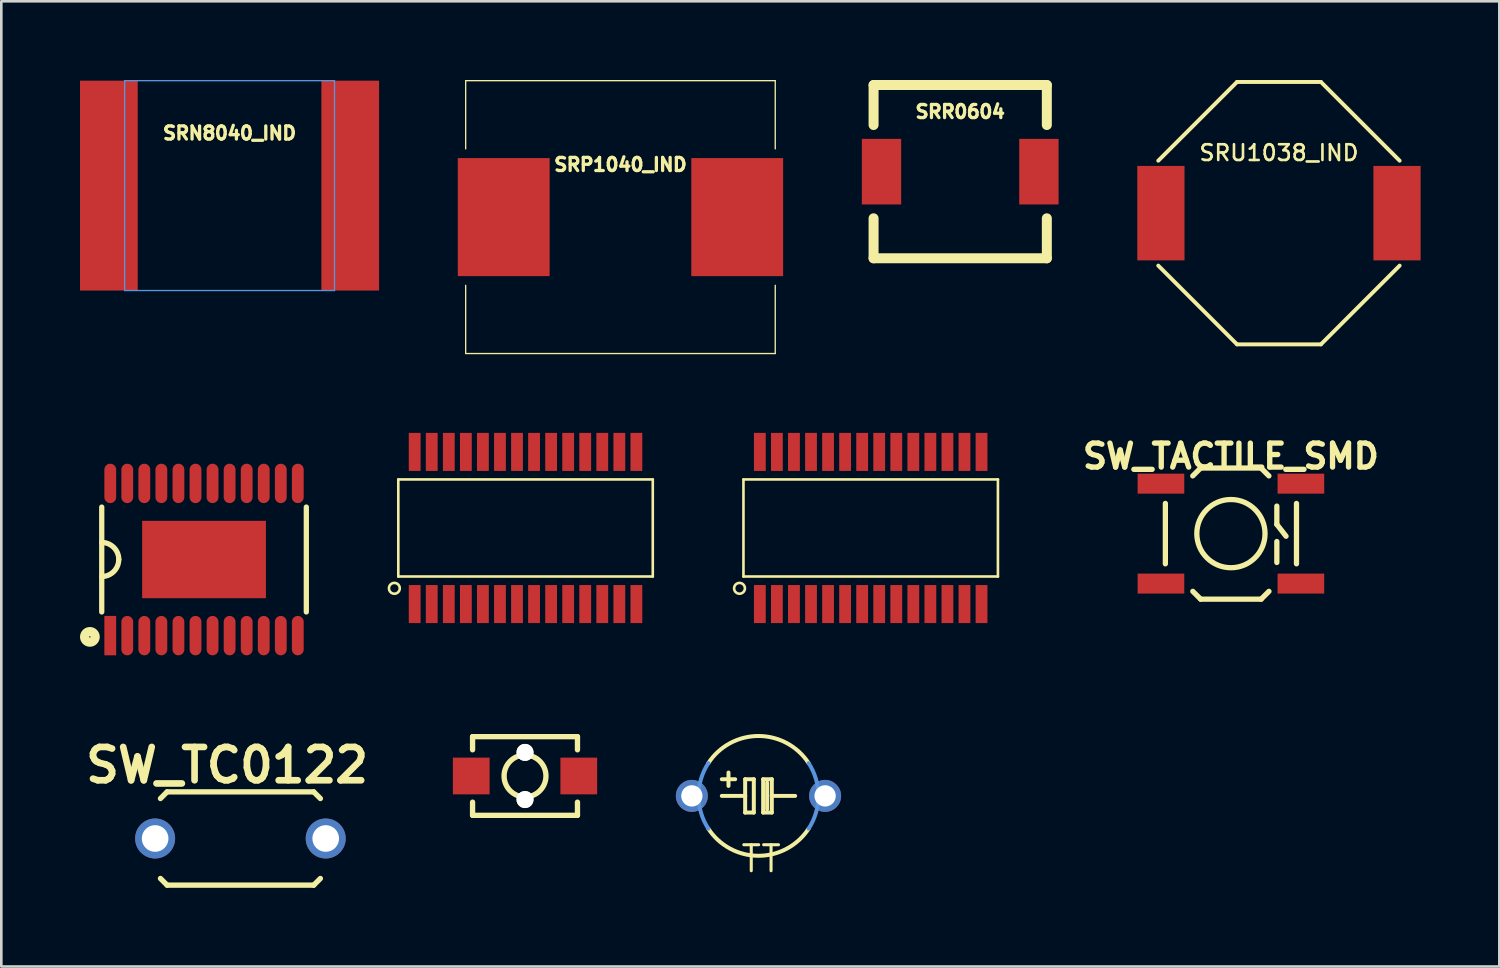
<source format=kicad_pcb>
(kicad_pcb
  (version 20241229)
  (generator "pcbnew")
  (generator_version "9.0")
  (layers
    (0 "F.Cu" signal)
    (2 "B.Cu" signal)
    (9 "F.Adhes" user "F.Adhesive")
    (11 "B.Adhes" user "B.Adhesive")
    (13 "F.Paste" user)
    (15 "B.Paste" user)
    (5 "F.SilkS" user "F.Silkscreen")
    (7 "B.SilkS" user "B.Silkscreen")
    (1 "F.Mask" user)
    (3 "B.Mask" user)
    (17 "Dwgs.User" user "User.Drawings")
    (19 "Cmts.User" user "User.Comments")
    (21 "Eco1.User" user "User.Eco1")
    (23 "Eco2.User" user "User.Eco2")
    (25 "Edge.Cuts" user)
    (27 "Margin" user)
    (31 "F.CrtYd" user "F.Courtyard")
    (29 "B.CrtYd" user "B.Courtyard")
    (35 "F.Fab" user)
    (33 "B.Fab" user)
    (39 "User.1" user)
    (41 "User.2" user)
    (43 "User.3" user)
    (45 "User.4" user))
  (footprint "SRU1038_IND"
    (layer "F.Cu")
    (at 45.7 5.075)
    (property "Reference" "SRU1038_IND" (at 0 -2.3 0) (layer "F.SilkS") (effects (font (size 0.6 0.6) (thickness 0.1))))
    (attr through_hole)
    (fp_line (start -1.6 -5) (end -4.6 -2) (stroke (width 0.15) (type solid)) (layer "F.SilkS"))
    (fp_line (start -1.6 5) (end -4.6 2) (stroke (width 0.15) (type solid)) (layer "F.SilkS"))
    (fp_line (start -1.6 5) (end 1.6 5) (stroke (width 0.15) (type solid)) (layer "F.SilkS"))
    (fp_line (start 1.6 -5) (end -1.6 -5) (stroke (width 0.15) (type solid)) (layer "F.SilkS"))
    (fp_line (start 1.6 -5) (end 4.6 -2) (stroke (width 0.15) (type solid)) (layer "F.SilkS"))
    (fp_line (start 1.6 5) (end 4.6 2) (stroke (width 0.15) (type solid)) (layer "F.SilkS"))
    (pad "1" smd rect (at -4.5 0) (size 1.8 3.6) (layers "F.Cu" "F.Mask" "F.Paste"))
    (pad "2" smd rect (at 4.5 0) (size 1.8 3.6) (layers "F.Cu" "F.Mask" "F.Paste")))
  (footprint "SW_TC0122"
    (layer "F.Cu")
    (at 6.114 28.911)
    (property "Reference" "SW_TC0122" (at -0.508 -2.794 0) (layer "F.SilkS") (effects (font (size 1.27 1.27) (thickness 0.254))))
    (attr through_hole)
    (fp_line (start -3.048 -1.524) (end -2.794 -1.778) (stroke (width 0.203) (type solid)) (layer "F.SilkS"))
    (fp_line (start -2.794 -1.778) (end 2.794 -1.778) (stroke (width 0.203) (type solid)) (layer "F.SilkS"))
    (fp_line (start -2.794 1.778) (end -3.048 1.524) (stroke (width 0.203) (type solid)) (layer "F.SilkS"))
    (fp_line (start 2.794 -1.778) (end 3.048 -1.524) (stroke (width 0.203) (type solid)) (layer "F.SilkS"))
    (fp_line (start 2.794 1.778) (end -2.794 1.778) (stroke (width 0.203) (type solid)) (layer "F.SilkS"))
    (fp_line (start 3.048 1.524) (end 2.794 1.778) (stroke (width 0.203) (type solid)) (layer "F.SilkS"))
    (pad "1" thru_hole circle (at -3.251 0) (size 1.524 1.524) (drill 1.016) (layers "*.Cu" "*.Mask"))
    (pad "2" thru_hole circle (at 3.251 0) (size 1.524 1.524) (drill 1.016) (layers "*.Cu" "*.Mask")))
  (footprint "SSOP28_4mm"
    (layer "F.Cu")
    (at 30.138 17.075)
    (property "Reference" "SSOP28_4mm" (at 0 -0.6 0) (layer "Eco1.User") (effects (font (size 0.8 0.8) (thickness 0.125))))
    (attr through_hole)
    (fp_line (start -4.85 -1.85) (end 4.85 -1.85) (stroke (width 0.1) (type solid)) (layer "F.SilkS"))
    (fp_line (start -4.85 1.85) (end -4.85 -1.85) (stroke (width 0.1) (type solid)) (layer "F.SilkS"))
    (fp_line (start 4.85 -1.85) (end 4.85 1.85) (stroke (width 0.1) (type solid)) (layer "F.SilkS"))
    (fp_line (start 4.85 1.85) (end -4.85 1.85) (stroke (width 0.1) (type solid)) (layer "F.SilkS"))
    (fp_circle (center -5 2.3) (end -4.8 2.35) (stroke (width 0.1) (type solid)) (fill no) (layer "F.SilkS"))
    (pad "1" smd rect (at -4.225 2.9) (size 0.45 1.45) (layers "F.Cu" "F.Mask" "F.Paste"))
    (pad "2" smd rect (at -3.575 2.9) (size 0.45 1.45) (layers "F.Cu" "F.Mask" "F.Paste"))
    (pad "3" smd rect (at -2.925 2.9) (size 0.45 1.45) (layers "F.Cu" "F.Mask" "F.Paste"))
    (pad "4" smd rect (at -2.275 2.9) (size 0.45 1.45) (layers "F.Cu" "F.Mask" "F.Paste"))
    (pad "5" smd rect (at -1.625 2.9) (size 0.45 1.45) (layers "F.Cu" "F.Mask" "F.Paste"))
    (pad "6" smd rect (at -0.975 2.9) (size 0.45 1.45) (layers "F.Cu" "F.Mask" "F.Paste"))
    (pad "7" smd rect (at -0.325 2.9) (size 0.45 1.45) (layers "F.Cu" "F.Mask" "F.Paste"))
    (pad "8" smd rect (at 0.325 2.9) (size 0.45 1.45) (layers "F.Cu" "F.Mask" "F.Paste"))
    (pad "9" smd rect (at 0.975 2.9) (size 0.45 1.45) (layers "F.Cu" "F.Mask" "F.Paste"))
    (pad "10" smd rect (at 1.625 2.9) (size 0.45 1.45) (layers "F.Cu" "F.Mask" "F.Paste"))
    (pad "11" smd rect (at 2.275 2.9) (size 0.45 1.45) (layers "F.Cu" "F.Mask" "F.Paste"))
    (pad "12" smd rect (at 2.925 2.9) (size 0.45 1.45) (layers "F.Cu" "F.Mask" "F.Paste"))
    (pad "13" smd rect (at 3.575 2.9) (size 0.45 1.45) (layers "F.Cu" "F.Mask" "F.Paste"))
    (pad "14" smd rect (at 4.225 2.9) (size 0.45 1.45) (layers "F.Cu" "F.Mask" "F.Paste"))
    (pad "15" smd rect (at 4.225 -2.9) (size 0.45 1.45) (layers "F.Cu" "F.Mask" "F.Paste"))
    (pad "16" smd rect (at 3.575 -2.9) (size 0.45 1.45) (layers "F.Cu" "F.Mask" "F.Paste"))
    (pad "17" smd rect (at 2.925 -2.9) (size 0.45 1.45) (layers "F.Cu" "F.Mask" "F.Paste"))
    (pad "18" smd rect (at 2.275 -2.9) (size 0.45 1.45) (layers "F.Cu" "F.Mask" "F.Paste"))
    (pad "19" smd rect (at 1.625 -2.9) (size 0.45 1.45) (layers "F.Cu" "F.Mask" "F.Paste"))
    (pad "20" smd rect (at 0.975 -2.9) (size 0.45 1.45) (layers "F.Cu" "F.Mask" "F.Paste"))
    (pad "21" smd rect (at 0.325 -2.9) (size 0.45 1.45) (layers "F.Cu" "F.Mask" "F.Paste"))
    (pad "22" smd rect (at -0.325 -2.9) (size 0.45 1.45) (layers "F.Cu" "F.Mask" "F.Paste"))
    (pad "23" smd rect (at -0.975 -2.9) (size 0.45 1.45) (layers "F.Cu" "F.Mask" "F.Paste"))
    (pad "24" smd rect (at -1.625 -2.9) (size 0.45 1.45) (layers "F.Cu" "F.Mask" "F.Paste"))
    (pad "25" smd rect (at -2.275 -2.9) (size 0.45 1.45) (layers "F.Cu" "F.Mask" "F.Paste"))
    (pad "26" smd rect (at -2.925 -2.9) (size 0.45 1.45) (layers "F.Cu" "F.Mask" "F.Paste"))
    (pad "27" smd rect (at -3.575 -2.9) (size 0.45 1.45) (layers "F.Cu" "F.Mask" "F.Paste"))
    (pad "28" smd rect (at -4.225 -2.9) (size 0.45 1.45) (layers "F.Cu" "F.Mask" "F.Paste")))
  (footprint "SRP1040_IND"
    (layer "F.Cu")
    (at 20.6 5.225)
    (property "Reference" "SRP1040_IND" (at 0 -2 0) (layer "F.SilkS") (effects (font (size 0.5 0.5) (thickness 0.125))))
    (attr through_hole)
    (fp_line (start -5.9 -5.2) (end 5.9 -5.2) (stroke (width 0.05) (type solid)) (layer "F.SilkS"))
    (fp_line (start -5.9 -2.6) (end -5.9 -5.2) (stroke (width 0.05) (type solid)) (layer "F.SilkS"))
    (fp_line (start -5.9 2.6) (end -5.9 5.2) (stroke (width 0.05) (type solid)) (layer "F.SilkS"))
    (fp_line (start 5.9 -5.2) (end 5.9 -2.6) (stroke (width 0.05) (type solid)) (layer "F.SilkS"))
    (fp_line (start 5.9 5.2) (end -5.9 5.2) (stroke (width 0.05) (type solid)) (layer "F.SilkS"))
    (fp_line (start 5.9 5.2) (end 5.9 2.6) (stroke (width 0.05) (type solid)) (layer "F.SilkS"))
    (pad "1" smd rect (at -4.45 0) (size 3.5 4.5) (layers "F.Cu" "F.Mask" "F.Paste"))
    (pad "2" smd rect (at 4.45 0) (size 3.5 4.5) (layers "F.Cu" "F.Mask" "F.Paste")))
  (footprint "SRN8040_IND"
    (layer "F.Cu")
    (at 5.7 4.025)
    (property "Reference" "SRN8040_IND" (at 0 -2 0) (layer "F.SilkS") (effects (font (size 0.5 0.5) (thickness 0.125))))
    (attr through_hole)
    (fp_line (start -4 -4) (end -4 4) (stroke (width 0.05) (type solid)) (layer "Cmts.User"))
    (fp_line (start -4 4) (end 4 4) (stroke (width 0.05) (type solid)) (layer "Cmts.User"))
    (fp_line (start 4 -4) (end -4 -4) (stroke (width 0.05) (type solid)) (layer "Cmts.User"))
    (fp_line (start 4 4) (end 4 -4) (stroke (width 0.05) (type solid)) (layer "Cmts.User"))
    (pad "1" smd rect (at -4.6 0) (size 2.2 8) (layers "F.Cu" "F.Mask" "F.Paste"))
    (pad "2" smd rect (at 4.6 0) (size 2.2 8) (layers "F.Cu" "F.Mask" "F.Paste")))
  (footprint "TACTILE_SWITCH_SMD_2PIN_TINY"
    (layer "F.Cu")
    (at 16.962 26.528)
    (property "Reference" "TACTILE_SWITCH_SMD_2PIN_TINY" (at 0 0 0) (layer "Cmts.User") (effects (font (size 0.001 0.001) (thickness 0.000001))))
    (attr through_hole)
    (fp_line (start -1.999 -1.499) (end -1.999 -0.998) (stroke (width 0.203) (type solid)) (layer "F.SilkS"))
    (fp_line (start -1.999 -1.499) (end 1.999 -1.499) (stroke (width 0.203) (type solid)) (layer "F.SilkS"))
    (fp_line (start -1.999 0.998) (end -1.999 1.499) (stroke (width 0.203) (type solid)) (layer "F.SilkS"))
    (fp_line (start -1.999 1.499) (end 1.999 1.499) (stroke (width 0.203) (type solid)) (layer "F.SilkS"))
    (fp_line (start 1.999 -1.499) (end 1.999 -0.998) (stroke (width 0.203) (type solid)) (layer "F.SilkS"))
    (fp_line (start 1.999 0.998) (end 1.999 1.499) (stroke (width 0.203) (type solid)) (layer "F.SilkS"))
    (fp_circle (center 0 0) (end 0.798 0) (stroke (width 0.203) (type solid)) (fill no) (layer "F.SilkS"))
    (pad "" np_thru_hole circle (at 0 -0.899) (size 0.648 0.648) (drill 0.648) (layers "*.Cu" "*.Mask" "F.SilkS"))
    (pad "" np_thru_hole circle (at 0 0.899) (size 0.648 0.648) (drill 0.648) (layers "*.Cu" "*.Mask" "F.SilkS"))
    (pad "1" smd rect (at -2.05 0 90) (size 1.4 1.4) (layers "F.Cu" "F.Mask" "F.Paste"))
    (pad "2" smd rect (at 2.05 0 90) (size 1.4 1.4) (layers "F.Cu" "F.Mask" "F.Paste")))
  (footprint "SW_TACTILE_SMD"
    (layer "F.Cu")
    (at 43.869 17.29)
    (property "Reference" "SW_TACTILE_SMD" (at 0 -2.949 0) (layer "F.SilkS") (effects (font (size 0.914 0.914) (thickness 0.203))))
    (attr smd)
    (fp_line (start -2.499 -1.151) (end -2.499 1.151) (stroke (width 0.201) (type solid)) (layer "F.SilkS"))
    (fp_line (start -1.156 -2.499) (end -1.455 -2.2) (stroke (width 0.201) (type solid)) (layer "F.SilkS"))
    (fp_line (start -1.153 2.499) (end -1.453 2.2) (stroke (width 0.201) (type solid)) (layer "F.SilkS"))
    (fp_line (start -1.151 2.499) (end 1.151 2.499) (stroke (width 0.201) (type solid)) (layer "F.SilkS"))
    (fp_line (start 1.146 -2.499) (end -1.156 -2.499) (stroke (width 0.201) (type solid)) (layer "F.SilkS"))
    (fp_line (start 1.148 -2.499) (end 1.448 -2.2) (stroke (width 0.201) (type solid)) (layer "F.SilkS"))
    (fp_line (start 1.151 2.499) (end 1.45 2.2) (stroke (width 0.201) (type solid)) (layer "F.SilkS"))
    (fp_line (start 1.75 -1.049) (end 1.75 -0.351) (stroke (width 0.201) (type solid)) (layer "F.SilkS"))
    (fp_line (start 1.75 -0.351) (end 2.101 0.099) (stroke (width 0.201) (type solid)) (layer "F.SilkS"))
    (fp_line (start 1.75 0.3) (end 1.75 1.1) (stroke (width 0.201) (type solid)) (layer "F.SilkS"))
    (fp_line (start 2.499 -1.151) (end 2.499 1.151) (stroke (width 0.201) (type solid)) (layer "F.SilkS"))
    (fp_circle (center 0 0) (end 1.3 0) (stroke (width 0.201) (type solid)) (fill no) (layer "F.SilkS"))
    (pad "1" smd rect (at -2.667 -1.905) (size 1.778 0.762) (layers "F.Cu" "F.Mask" "F.Paste"))
    (pad "1" smd rect (at 2.667 -1.905) (size 1.778 0.762) (layers "F.Cu" "F.Mask" "F.Paste"))
    (pad "2" smd rect (at -2.667 1.905) (size 1.778 0.762) (layers "F.Cu" "F.Mask" "F.Paste"))
    (pad "2" smd rect (at 2.667 1.905) (size 1.778 0.762) (layers "F.Cu" "F.Mask" "F.Paste")))
  (footprint "TAP5-45"
    (layer "F.Cu")
    (at 25.861 27.287)
    (property "Reference" "TAP5-45" (at 4.826 -0.381 0) (layer "Eco1.User") (effects (font (size 1.27 1.27) (thickness 0.127))))
    (attr through_hole)
    (fp_line (start -1.397 0) (end -0.508 0) (stroke (width 0.152) (type solid)) (layer "F.SilkS"))
    (fp_line (start -1.143 -0.381) (end -1.143 -0.889) (stroke (width 0.152) (type solid)) (layer "F.SilkS"))
    (fp_line (start -0.889 -0.635) (end -1.397 -0.635) (stroke (width 0.152) (type solid)) (layer "F.SilkS"))
    (fp_line (start -0.508 -0.635) (end -0.508 0) (stroke (width 0.152) (type solid)) (layer "F.SilkS"))
    (fp_line (start -0.508 0) (end -0.508 0.635) (stroke (width 0.152) (type solid)) (layer "F.SilkS"))
    (fp_line (start -0.508 0.635) (end -0.178 0.635) (stroke (width 0.152) (type solid)) (layer "F.SilkS"))
    (fp_line (start -0.178 -0.635) (end -0.508 -0.635) (stroke (width 0.152) (type solid)) (layer "F.SilkS"))
    (fp_line (start -0.178 0.635) (end -0.178 -0.635) (stroke (width 0.152) (type solid)) (layer "F.SilkS"))
    (fp_line (start 0.178 -0.635) (end 0.178 0.635) (stroke (width 0.152) (type solid)) (layer "F.SilkS"))
    (fp_line (start 0.178 0.635) (end 0.508 0.635) (stroke (width 0.152) (type solid)) (layer "F.SilkS"))
    (fp_line (start 0.33 0.508) (end 0.33 -0.508) (stroke (width 0.152) (type solid)) (layer "F.SilkS"))
    (fp_line (start 0.508 -0.635) (end 0.178 -0.635) (stroke (width 0.152) (type solid)) (layer "F.SilkS"))
    (fp_line (start 0.508 0) (end 0.508 -0.635) (stroke (width 0.152) (type solid)) (layer "F.SilkS"))
    (fp_line (start 0.508 0) (end 1.397 0) (stroke (width 0.152) (type solid)) (layer "F.SilkS"))
    (fp_line (start 0.508 0.635) (end 0.508 0) (stroke (width 0.152) (type solid)) (layer "F.SilkS"))
    (fp_arc (start -1.91262 -1.24714) (mid -0.001725 -2.283303) (end 1.910733 -1.250029) (stroke (width 0.1524) (type solid)) (layer "F.SilkS"))
    (fp_arc (start 1.910733 1.250029) (mid -0.001725 2.283302) (end -1.91262 1.24714) (stroke (width 0.1524) (type solid)) (layer "F.SilkS"))
    (fp_arc (start -1.912912 1.246693) (mid -2.283304 -0.000267) (end -1.91262 -1.24714) (stroke (width 0.1524) (type solid)) (layer "Cmts.User"))
    (fp_arc (start 1.912912 -1.246693) (mid 2.283304 0.000267) (end 1.91262 1.24714) (stroke (width 0.1524) (type solid)) (layer "Cmts.User"))
    (fp_text user "TT" (at 0.102 2.4 0) (layer "F.SilkS") (effects (font (size 0.991 0.991) (thickness 0.117))))
    (pad "+" thru_hole oval (at -2.54 0) (size 1.219 1.219) (drill 0.813) (layers "*.Cu" "*.Mask"))
    (pad "-" thru_hole oval (at 2.54 0) (size 1.219 1.219) (drill 0.813) (layers "*.Cu" "*.Mask")))
  (footprint "SSOP28-4.4MM"
    (layer "F.Cu")
    (at 16.982 17.075)
    (property "Reference" "SSOP28-4.4MM" (at -0.05 -1.1 0) (layer "Eco1.User") (effects (font (size 0.5 0.5) (thickness 0.125))))
    (attr through_hole)
    (fp_line (start -4.85 -1.85) (end 4.85 -1.85) (stroke (width 0.1) (type solid)) (layer "F.SilkS"))
    (fp_line (start -4.85 1.85) (end -4.85 -1.85) (stroke (width 0.1) (type solid)) (layer "F.SilkS"))
    (fp_line (start 4.85 -1.85) (end 4.85 1.85) (stroke (width 0.1) (type solid)) (layer "F.SilkS"))
    (fp_line (start 4.85 1.85) (end -4.85 1.85) (stroke (width 0.1) (type solid)) (layer "F.SilkS"))
    (fp_circle (center -5 2.3) (end -4.8 2.35) (stroke (width 0.1) (type solid)) (fill no) (layer "F.SilkS"))
    (pad "1" smd rect (at -4.225 2.9) (size 0.45 1.45) (layers "F.Cu" "F.Mask" "F.Paste"))
    (pad "2" smd rect (at -3.575 2.9) (size 0.45 1.45) (layers "F.Cu" "F.Mask" "F.Paste"))
    (pad "3" smd rect (at -2.925 2.9) (size 0.45 1.45) (layers "F.Cu" "F.Mask" "F.Paste"))
    (pad "4" smd rect (at -2.275 2.9) (size 0.45 1.45) (layers "F.Cu" "F.Mask" "F.Paste"))
    (pad "5" smd rect (at -1.625 2.9) (size 0.45 1.45) (layers "F.Cu" "F.Mask" "F.Paste"))
    (pad "6" smd rect (at -0.975 2.9) (size 0.45 1.45) (layers "F.Cu" "F.Mask" "F.Paste"))
    (pad "7" smd rect (at -0.325 2.9) (size 0.45 1.45) (layers "F.Cu" "F.Mask" "F.Paste"))
    (pad "8" smd rect (at 0.325 2.9) (size 0.45 1.45) (layers "F.Cu" "F.Mask" "F.Paste"))
    (pad "9" smd rect (at 0.975 2.9) (size 0.45 1.45) (layers "F.Cu" "F.Mask" "F.Paste"))
    (pad "10" smd rect (at 1.625 2.9) (size 0.45 1.45) (layers "F.Cu" "F.Mask" "F.Paste"))
    (pad "11" smd rect (at 2.275 2.9) (size 0.45 1.45) (layers "F.Cu" "F.Mask" "F.Paste"))
    (pad "12" smd rect (at 2.925 2.9) (size 0.45 1.45) (layers "F.Cu" "F.Mask" "F.Paste"))
    (pad "13" smd rect (at 3.575 2.9) (size 0.45 1.45) (layers "F.Cu" "F.Mask" "F.Paste"))
    (pad "14" smd rect (at 4.225 2.9) (size 0.45 1.45) (layers "F.Cu" "F.Mask" "F.Paste"))
    (pad "15" smd rect (at 4.225 -2.9) (size 0.45 1.45) (layers "F.Cu" "F.Mask" "F.Paste"))
    (pad "16" smd rect (at 3.575 -2.9) (size 0.45 1.45) (layers "F.Cu" "F.Mask" "F.Paste"))
    (pad "17" smd rect (at 2.925 -2.9) (size 0.45 1.45) (layers "F.Cu" "F.Mask" "F.Paste"))
    (pad "18" smd rect (at 2.275 -2.9) (size 0.45 1.45) (layers "F.Cu" "F.Mask" "F.Paste"))
    (pad "19" smd rect (at 1.625 -2.9) (size 0.45 1.45) (layers "F.Cu" "F.Mask" "F.Paste"))
    (pad "20" smd rect (at 0.975 -2.9) (size 0.45 1.45) (layers "F.Cu" "F.Mask" "F.Paste"))
    (pad "21" smd rect (at 0.325 -2.9) (size 0.45 1.45) (layers "F.Cu" "F.Mask" "F.Paste"))
    (pad "22" smd rect (at -0.325 -2.9) (size 0.45 1.45) (layers "F.Cu" "F.Mask" "F.Paste"))
    (pad "23" smd rect (at -0.975 -2.9) (size 0.45 1.45) (layers "F.Cu" "F.Mask" "F.Paste"))
    (pad "24" smd rect (at -1.625 -2.9) (size 0.45 1.45) (layers "F.Cu" "F.Mask" "F.Paste"))
    (pad "25" smd rect (at -2.275 -2.9) (size 0.45 1.45) (layers "F.Cu" "F.Mask" "F.Paste"))
    (pad "26" smd rect (at -2.925 -2.9) (size 0.45 1.45) (layers "F.Cu" "F.Mask" "F.Paste"))
    (pad "27" smd rect (at -3.575 -2.9) (size 0.45 1.45) (layers "F.Cu" "F.Mask" "F.Paste"))
    (pad "28" smd rect (at -4.225 -2.9) (size 0.45 1.45) (layers "F.Cu" "F.Mask" "F.Paste")))
  (footprint "SSOP24_4mm_EP"
    (layer "F.Cu")
    (at 4.727 18.277)
    (property "Reference" "SSOP24_4mm_EP" (at 0 -4.3 0) (layer "Eco1.User") (effects (font (size 0.6 0.6) (thickness 0.1))))
    (attr smd)
    (fp_line (start -3.899 -1.999) (end -3.899 1.999) (stroke (width 0.201) (type solid)) (layer "F.SilkS"))
    (fp_line (start 3.899 -1.999) (end 3.899 1.999) (stroke (width 0.201) (type solid)) (layer "F.SilkS"))
    (fp_arc (start -3.8989 -0.65024) (mid -3.439111 -0.459789) (end -3.24866 0) (stroke (width 0.20066) (type solid)) (layer "F.SilkS"))
    (fp_arc (start -3.2512 0) (mid -3.440907 0.457993) (end -3.8989 0.6477) (stroke (width 0.20066) (type solid)) (layer "F.SilkS"))
    (fp_circle (center -4.351 2.949) (end -4.15 2.949) (stroke (width 0.351) (type solid)) (fill no) (layer "F.SilkS"))
    (pad "1" smd rect (at -3.574 2.901) (size 0.45 1.501) (layers "F.Cu" "F.Mask" "F.Paste"))
    (pad "2" smd oval (at -2.926 2.901) (size 0.45 1.501) (layers "F.Cu" "F.Mask" "F.Paste"))
    (pad "3" smd oval (at -2.276 2.901) (size 0.45 1.501) (layers "F.Cu" "F.Mask" "F.Paste"))
    (pad "4" smd oval (at -1.626 2.901) (size 0.45 1.501) (layers "F.Cu" "F.Mask" "F.Paste"))
    (pad "5" smd oval (at -0.975 2.901) (size 0.45 1.501) (layers "F.Cu" "F.Mask" "F.Paste"))
    (pad "6" smd oval (at -0.325 2.901) (size 0.45 1.501) (layers "F.Cu" "F.Mask" "F.Paste"))
    (pad "7" smd oval (at 0.325 2.901) (size 0.45 1.501) (layers "F.Cu" "F.Mask" "F.Paste"))
    (pad "8" smd oval (at 0.975 2.901) (size 0.45 1.501) (layers "F.Cu" "F.Mask" "F.Paste"))
    (pad "9" smd oval (at 1.626 2.901) (size 0.45 1.501) (layers "F.Cu" "F.Mask" "F.Paste"))
    (pad "10" smd oval (at 2.276 2.901) (size 0.45 1.501) (layers "F.Cu" "F.Mask" "F.Paste"))
    (pad "11" smd oval (at 2.926 2.901) (size 0.45 1.501) (layers "F.Cu" "F.Mask" "F.Paste"))
    (pad "12" smd oval (at 3.574 2.901) (size 0.45 1.501) (layers "F.Cu" "F.Mask" "F.Paste"))
    (pad "13" smd oval (at 3.574 -2.901) (size 0.45 1.501) (layers "F.Cu" "F.Mask" "F.Paste"))
    (pad "14" smd oval (at 2.926 -2.901) (size 0.45 1.501) (layers "F.Cu" "F.Mask" "F.Paste"))
    (pad "15" smd oval (at 2.276 -2.901) (size 0.45 1.501) (layers "F.Cu" "F.Mask" "F.Paste"))
    (pad "16" smd oval (at 1.626 -2.901) (size 0.45 1.501) (layers "F.Cu" "F.Mask" "F.Paste"))
    (pad "17" smd oval (at 0.975 -2.901) (size 0.45 1.501) (layers "F.Cu" "F.Mask" "F.Paste"))
    (pad "18" smd oval (at 0.325 -2.901) (size 0.45 1.501) (layers "F.Cu" "F.Mask" "F.Paste"))
    (pad "19" smd oval (at -0.325 -2.901) (size 0.45 1.501) (layers "F.Cu" "F.Mask" "F.Paste"))
    (pad "20" smd oval (at -0.975 -2.901) (size 0.45 1.501) (layers "F.Cu" "F.Mask" "F.Paste"))
    (pad "21" smd oval (at -1.626 -2.901) (size 0.45 1.501) (layers "F.Cu" "F.Mask" "F.Paste"))
    (pad "22" smd oval (at -2.276 -2.901) (size 0.45 1.501) (layers "F.Cu" "F.Mask" "F.Paste"))
    (pad "23" smd oval (at -2.926 -2.901) (size 0.45 1.501) (layers "F.Cu" "F.Mask" "F.Paste"))
    (pad "24" smd oval (at -3.574 -2.901) (size 0.45 1.501) (layers "F.Cu" "F.Mask" "F.Paste"))
    (pad "PAD" smd rect (at 0 0) (size 4.719 2.949) (layers "F.Cu" "F.Mask" "F.Paste")))
  (footprint "SRR0604"
    (layer "F.Cu")
    (at 33.55 3.493)
    (property "Reference" "SRR0604" (at 0 -2.286 0) (layer "F.SilkS") (effects (font (size 0.5 0.5) (thickness 0.125))))
    (attr through_hole)
    (fp_line (start -3.302 -3.302) (end 3.302 -3.302) (stroke (width 0.381) (type solid)) (layer "F.SilkS"))
    (fp_line (start -3.302 -1.778) (end -3.302 -3.302) (stroke (width 0.381) (type solid)) (layer "F.SilkS"))
    (fp_line (start -3.302 1.778) (end -3.302 3.302) (stroke (width 0.381) (type solid)) (layer "F.SilkS"))
    (fp_line (start -3.302 3.302) (end 3.302 3.302) (stroke (width 0.381) (type solid)) (layer "F.SilkS"))
    (fp_line (start 3.302 -3.302) (end 3.302 -1.778) (stroke (width 0.381) (type solid)) (layer "F.SilkS"))
    (fp_line (start 3.302 3.302) (end 3.302 1.778) (stroke (width 0.381) (type solid)) (layer "F.SilkS"))
    (pad "1" smd rect (at -3 0) (size 1.5 2.5) (layers "F.Cu" "F.Mask" "F.Paste"))
    (pad "2" smd rect (at 3 0) (size 1.5 2.5) (layers "F.Cu" "F.Mask" "F.Paste")))
  (gr_rect
    (start -3 -3)
    (end 54.1 33.79)
    (stroke (width 0.1) (type default))
    (fill no)
    (layer "Edge.Cuts")))
</source>
